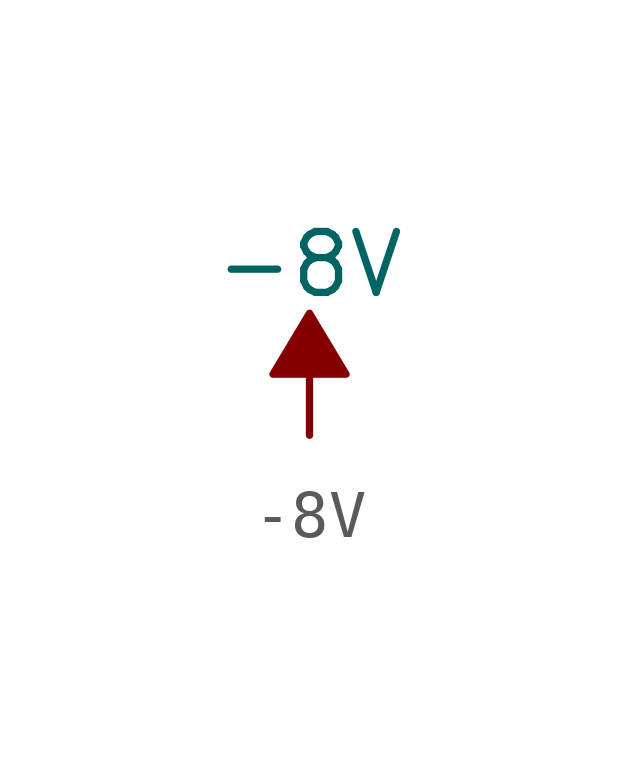
<source format=kicad_sym>
(kicad_symbol_lib
  (version 20241209)
  (generator "kicad_symbol_editor")
  (generator_version "9.0")
  (symbol "-8V"
    (power)
    (pin_numbers
      (hide yes))
    (pin_names
      (offset 0)
      (hide yes))
    (property "Reference" "#PWR"
      (at 0 -3.81 0)
      (effects (font (size 1.27 1.27)) (hide yes)))
    (property "Value" "-8V"
      (at 0 3.556 0)
      (effects (font (size 1.27 1.27))))
    (symbol "-8V_0_0"
      (pin power_in line (at 0 0 90) (length 0) (name "~" (effects (font (size 1.27 1.27)))) (number "1" (effects (font (size 1.27 1.27))))))
    (symbol "-8V_0_1"
      (polyline (pts (xy 0 0) (xy 0 1.27) (xy 0.762 1.27) (xy 0 2.54) (xy -0.762 1.27) (xy 0 1.27)) (stroke (width 0) (type default)) (fill (type outline))))))
</source>
